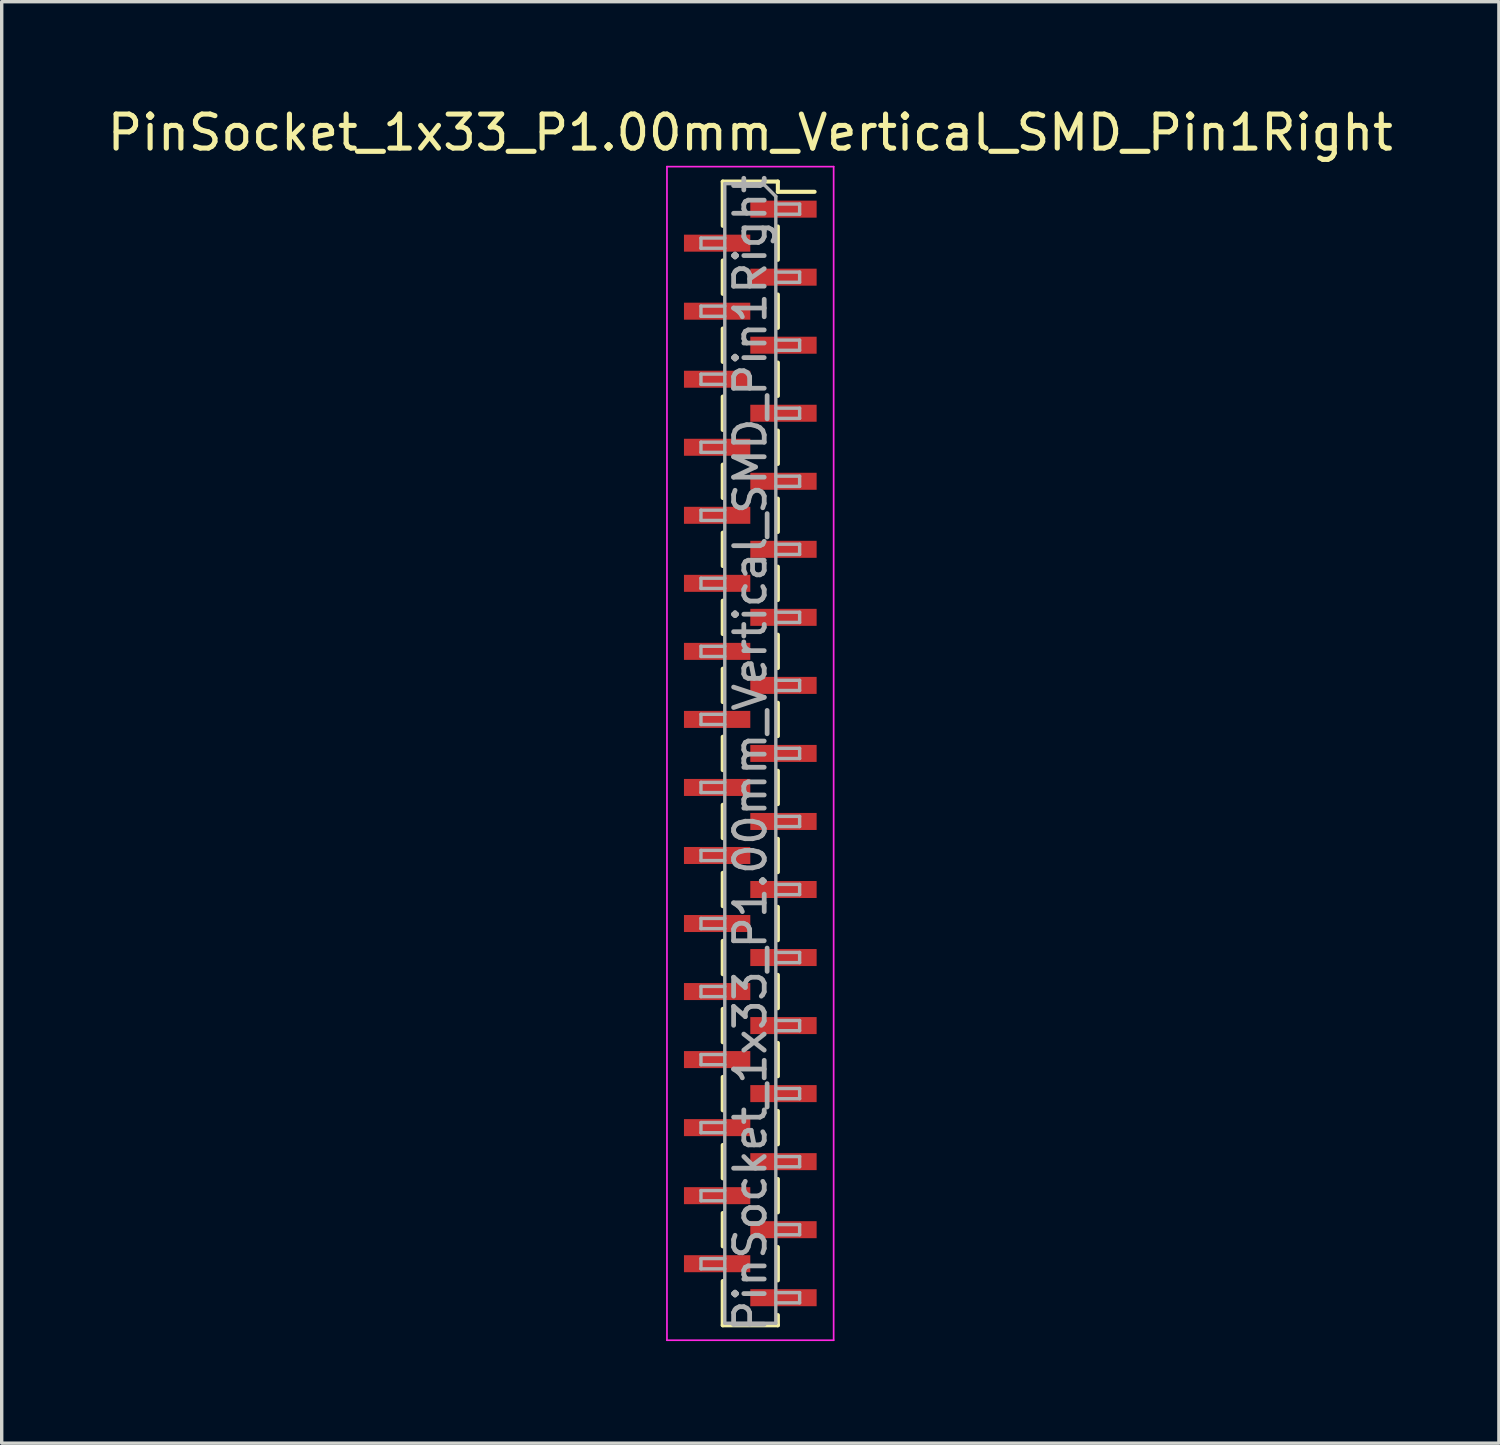
<source format=kicad_pcb>
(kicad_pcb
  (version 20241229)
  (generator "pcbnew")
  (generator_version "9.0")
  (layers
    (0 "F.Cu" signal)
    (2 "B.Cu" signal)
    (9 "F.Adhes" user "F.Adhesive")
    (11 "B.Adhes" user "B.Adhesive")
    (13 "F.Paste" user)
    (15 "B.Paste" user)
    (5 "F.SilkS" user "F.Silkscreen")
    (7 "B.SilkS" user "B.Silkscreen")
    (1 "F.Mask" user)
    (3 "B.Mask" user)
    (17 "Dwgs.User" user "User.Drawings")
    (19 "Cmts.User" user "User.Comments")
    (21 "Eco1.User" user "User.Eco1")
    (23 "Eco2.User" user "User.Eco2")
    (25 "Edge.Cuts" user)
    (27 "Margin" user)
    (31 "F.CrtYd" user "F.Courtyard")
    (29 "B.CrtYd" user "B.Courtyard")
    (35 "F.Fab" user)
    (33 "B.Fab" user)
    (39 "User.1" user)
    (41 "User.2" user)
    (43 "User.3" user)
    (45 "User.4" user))
  (footprint "PinSocket_1x33_P1.00mm_Vertical_SMD_Pin1Right"
    (layer "F.Cu")
    (at 19.006 19.098)
    (property "Reference" "PinSocket_1x33_P1.00mm_Vertical_SMD_Pin1Right" (at 0 -18.25 0) (layer "F.SilkS") (effects (font (size 1 1) (thickness 0.15))))
    (attr smd)
    (fp_line (start -0.81 -16.81) (end -0.81 -15.51) (stroke (width 0.12) (type solid)) (layer "F.SilkS"))
    (fp_line (start -0.81 -16.81) (end 0.81 -16.81) (stroke (width 0.12) (type solid)) (layer "F.SilkS"))
    (fp_line (start -0.81 -14.49) (end -0.81 -13.51) (stroke (width 0.12) (type solid)) (layer "F.SilkS"))
    (fp_line (start -0.81 -12.49) (end -0.81 -11.51) (stroke (width 0.12) (type solid)) (layer "F.SilkS"))
    (fp_line (start -0.81 -10.49) (end -0.81 -9.51) (stroke (width 0.12) (type solid)) (layer "F.SilkS"))
    (fp_line (start -0.81 -8.49) (end -0.81 -7.51) (stroke (width 0.12) (type solid)) (layer "F.SilkS"))
    (fp_line (start -0.81 -6.49) (end -0.81 -5.51) (stroke (width 0.12) (type solid)) (layer "F.SilkS"))
    (fp_line (start -0.81 -4.49) (end -0.81 -3.51) (stroke (width 0.12) (type solid)) (layer "F.SilkS"))
    (fp_line (start -0.81 -2.49) (end -0.81 -1.51) (stroke (width 0.12) (type solid)) (layer "F.SilkS"))
    (fp_line (start -0.81 -0.49) (end -0.81 0.49) (stroke (width 0.12) (type solid)) (layer "F.SilkS"))
    (fp_line (start -0.81 1.51) (end -0.81 2.49) (stroke (width 0.12) (type solid)) (layer "F.SilkS"))
    (fp_line (start -0.81 3.51) (end -0.81 4.49) (stroke (width 0.12) (type solid)) (layer "F.SilkS"))
    (fp_line (start -0.81 5.51) (end -0.81 6.49) (stroke (width 0.12) (type solid)) (layer "F.SilkS"))
    (fp_line (start -0.81 7.51) (end -0.81 8.49) (stroke (width 0.12) (type solid)) (layer "F.SilkS"))
    (fp_line (start -0.81 9.51) (end -0.81 10.49) (stroke (width 0.12) (type solid)) (layer "F.SilkS"))
    (fp_line (start -0.81 11.51) (end -0.81 12.49) (stroke (width 0.12) (type solid)) (layer "F.SilkS"))
    (fp_line (start -0.81 13.51) (end -0.81 14.49) (stroke (width 0.12) (type solid)) (layer "F.SilkS"))
    (fp_line (start -0.81 15.51) (end -0.81 16.81) (stroke (width 0.12) (type solid)) (layer "F.SilkS"))
    (fp_line (start -0.81 16.81) (end 0.81 16.81) (stroke (width 0.12) (type solid)) (layer "F.SilkS"))
    (fp_line (start 0.81 -16.81) (end 0.81 -16.51) (stroke (width 0.12) (type solid)) (layer "F.SilkS"))
    (fp_line (start 0.81 -16.51) (end 1.89 -16.51) (stroke (width 0.12) (type solid)) (layer "F.SilkS"))
    (fp_line (start 0.81 -15.49) (end 0.81 -14.51) (stroke (width 0.12) (type solid)) (layer "F.SilkS"))
    (fp_line (start 0.81 -13.49) (end 0.81 -12.51) (stroke (width 0.12) (type solid)) (layer "F.SilkS"))
    (fp_line (start 0.81 -11.49) (end 0.81 -10.51) (stroke (width 0.12) (type solid)) (layer "F.SilkS"))
    (fp_line (start 0.81 -9.49) (end 0.81 -8.51) (stroke (width 0.12) (type solid)) (layer "F.SilkS"))
    (fp_line (start 0.81 -7.49) (end 0.81 -6.51) (stroke (width 0.12) (type solid)) (layer "F.SilkS"))
    (fp_line (start 0.81 -5.49) (end 0.81 -4.51) (stroke (width 0.12) (type solid)) (layer "F.SilkS"))
    (fp_line (start 0.81 -3.49) (end 0.81 -2.51) (stroke (width 0.12) (type solid)) (layer "F.SilkS"))
    (fp_line (start 0.81 -1.49) (end 0.81 -0.51) (stroke (width 0.12) (type solid)) (layer "F.SilkS"))
    (fp_line (start 0.81 0.51) (end 0.81 1.49) (stroke (width 0.12) (type solid)) (layer "F.SilkS"))
    (fp_line (start 0.81 2.51) (end 0.81 3.49) (stroke (width 0.12) (type solid)) (layer "F.SilkS"))
    (fp_line (start 0.81 4.51) (end 0.81 5.49) (stroke (width 0.12) (type solid)) (layer "F.SilkS"))
    (fp_line (start 0.81 6.51) (end 0.81 7.49) (stroke (width 0.12) (type solid)) (layer "F.SilkS"))
    (fp_line (start 0.81 8.51) (end 0.81 9.49) (stroke (width 0.12) (type solid)) (layer "F.SilkS"))
    (fp_line (start 0.81 10.51) (end 0.81 11.49) (stroke (width 0.12) (type solid)) (layer "F.SilkS"))
    (fp_line (start 0.81 12.51) (end 0.81 13.49) (stroke (width 0.12) (type solid)) (layer "F.SilkS"))
    (fp_line (start 0.81 14.51) (end 0.81 15.49) (stroke (width 0.12) (type solid)) (layer "F.SilkS"))
    (fp_line (start 0.81 16.51) (end 0.81 16.81) (stroke (width 0.12) (type solid)) (layer "F.SilkS"))
    (fp_line (start -2.45 -17.25) (end 2.45 -17.25) (stroke (width 0.05) (type solid)) (layer "F.CrtYd"))
    (fp_line (start -2.45 17.25) (end -2.45 -17.25) (stroke (width 0.05) (type solid)) (layer "F.CrtYd"))
    (fp_line (start 2.45 -17.25) (end 2.45 17.25) (stroke (width 0.05) (type solid)) (layer "F.CrtYd"))
    (fp_line (start 2.45 17.25) (end -2.45 17.25) (stroke (width 0.05) (type solid)) (layer "F.CrtYd"))
    (fp_line (start -1.45 -15.15) (end -0.75 -15.15) (stroke (width 0.1) (type solid)) (layer "F.Fab"))
    (fp_line (start -1.45 -14.85) (end -1.45 -15.15) (stroke (width 0.1) (type solid)) (layer "F.Fab"))
    (fp_line (start -1.45 -13.15) (end -0.75 -13.15) (stroke (width 0.1) (type solid)) (layer "F.Fab"))
    (fp_line (start -1.45 -12.85) (end -1.45 -13.15) (stroke (width 0.1) (type solid)) (layer "F.Fab"))
    (fp_line (start -1.45 -11.15) (end -0.75 -11.15) (stroke (width 0.1) (type solid)) (layer "F.Fab"))
    (fp_line (start -1.45 -10.85) (end -1.45 -11.15) (stroke (width 0.1) (type solid)) (layer "F.Fab"))
    (fp_line (start -1.45 -9.15) (end -0.75 -9.15) (stroke (width 0.1) (type solid)) (layer "F.Fab"))
    (fp_line (start -1.45 -8.85) (end -1.45 -9.15) (stroke (width 0.1) (type solid)) (layer "F.Fab"))
    (fp_line (start -1.45 -7.15) (end -0.75 -7.15) (stroke (width 0.1) (type solid)) (layer "F.Fab"))
    (fp_line (start -1.45 -6.85) (end -1.45 -7.15) (stroke (width 0.1) (type solid)) (layer "F.Fab"))
    (fp_line (start -1.45 -5.15) (end -0.75 -5.15) (stroke (width 0.1) (type solid)) (layer "F.Fab"))
    (fp_line (start -1.45 -4.85) (end -1.45 -5.15) (stroke (width 0.1) (type solid)) (layer "F.Fab"))
    (fp_line (start -1.45 -3.15) (end -0.75 -3.15) (stroke (width 0.1) (type solid)) (layer "F.Fab"))
    (fp_line (start -1.45 -2.85) (end -1.45 -3.15) (stroke (width 0.1) (type solid)) (layer "F.Fab"))
    (fp_line (start -1.45 -1.15) (end -0.75 -1.15) (stroke (width 0.1) (type solid)) (layer "F.Fab"))
    (fp_line (start -1.45 -0.85) (end -1.45 -1.15) (stroke (width 0.1) (type solid)) (layer "F.Fab"))
    (fp_line (start -1.45 0.85) (end -0.75 0.85) (stroke (width 0.1) (type solid)) (layer "F.Fab"))
    (fp_line (start -1.45 1.15) (end -1.45 0.85) (stroke (width 0.1) (type solid)) (layer "F.Fab"))
    (fp_line (start -1.45 2.85) (end -0.75 2.85) (stroke (width 0.1) (type solid)) (layer "F.Fab"))
    (fp_line (start -1.45 3.15) (end -1.45 2.85) (stroke (width 0.1) (type solid)) (layer "F.Fab"))
    (fp_line (start -1.45 4.85) (end -0.75 4.85) (stroke (width 0.1) (type solid)) (layer "F.Fab"))
    (fp_line (start -1.45 5.15) (end -1.45 4.85) (stroke (width 0.1) (type solid)) (layer "F.Fab"))
    (fp_line (start -1.45 6.85) (end -0.75 6.85) (stroke (width 0.1) (type solid)) (layer "F.Fab"))
    (fp_line (start -1.45 7.15) (end -1.45 6.85) (stroke (width 0.1) (type solid)) (layer "F.Fab"))
    (fp_line (start -1.45 8.85) (end -0.75 8.85) (stroke (width 0.1) (type solid)) (layer "F.Fab"))
    (fp_line (start -1.45 9.15) (end -1.45 8.85) (stroke (width 0.1) (type solid)) (layer "F.Fab"))
    (fp_line (start -1.45 10.85) (end -0.75 10.85) (stroke (width 0.1) (type solid)) (layer "F.Fab"))
    (fp_line (start -1.45 11.15) (end -1.45 10.85) (stroke (width 0.1) (type solid)) (layer "F.Fab"))
    (fp_line (start -1.45 12.85) (end -0.75 12.85) (stroke (width 0.1) (type solid)) (layer "F.Fab"))
    (fp_line (start -1.45 13.15) (end -1.45 12.85) (stroke (width 0.1) (type solid)) (layer "F.Fab"))
    (fp_line (start -1.45 14.85) (end -0.75 14.85) (stroke (width 0.1) (type solid)) (layer "F.Fab"))
    (fp_line (start -1.45 15.15) (end -1.45 14.85) (stroke (width 0.1) (type solid)) (layer "F.Fab"))
    (fp_line (start -0.75 -16.75) (end 0.375 -16.75) (stroke (width 0.1) (type solid)) (layer "F.Fab"))
    (fp_line (start -0.75 -14.85) (end -1.45 -14.85) (stroke (width 0.1) (type solid)) (layer "F.Fab"))
    (fp_line (start -0.75 -12.85) (end -1.45 -12.85) (stroke (width 0.1) (type solid)) (layer "F.Fab"))
    (fp_line (start -0.75 -10.85) (end -1.45 -10.85) (stroke (width 0.1) (type solid)) (layer "F.Fab"))
    (fp_line (start -0.75 -8.85) (end -1.45 -8.85) (stroke (width 0.1) (type solid)) (layer "F.Fab"))
    (fp_line (start -0.75 -6.85) (end -1.45 -6.85) (stroke (width 0.1) (type solid)) (layer "F.Fab"))
    (fp_line (start -0.75 -4.85) (end -1.45 -4.85) (stroke (width 0.1) (type solid)) (layer "F.Fab"))
    (fp_line (start -0.75 -2.85) (end -1.45 -2.85) (stroke (width 0.1) (type solid)) (layer "F.Fab"))
    (fp_line (start -0.75 -0.85) (end -1.45 -0.85) (stroke (width 0.1) (type solid)) (layer "F.Fab"))
    (fp_line (start -0.75 1.15) (end -1.45 1.15) (stroke (width 0.1) (type solid)) (layer "F.Fab"))
    (fp_line (start -0.75 3.15) (end -1.45 3.15) (stroke (width 0.1) (type solid)) (layer "F.Fab"))
    (fp_line (start -0.75 5.15) (end -1.45 5.15) (stroke (width 0.1) (type solid)) (layer "F.Fab"))
    (fp_line (start -0.75 7.15) (end -1.45 7.15) (stroke (width 0.1) (type solid)) (layer "F.Fab"))
    (fp_line (start -0.75 9.15) (end -1.45 9.15) (stroke (width 0.1) (type solid)) (layer "F.Fab"))
    (fp_line (start -0.75 11.15) (end -1.45 11.15) (stroke (width 0.1) (type solid)) (layer "F.Fab"))
    (fp_line (start -0.75 13.15) (end -1.45 13.15) (stroke (width 0.1) (type solid)) (layer "F.Fab"))
    (fp_line (start -0.75 15.15) (end -1.45 15.15) (stroke (width 0.1) (type solid)) (layer "F.Fab"))
    (fp_line (start -0.75 16.75) (end -0.75 -16.75) (stroke (width 0.1) (type solid)) (layer "F.Fab"))
    (fp_line (start 0.375 -16.75) (end 0.75 -16.375) (stroke (width 0.1) (type solid)) (layer "F.Fab"))
    (fp_line (start 0.75 -16.375) (end 0.75 16.75) (stroke (width 0.1) (type solid)) (layer "F.Fab"))
    (fp_line (start 0.75 -16.15) (end 1.45 -16.15) (stroke (width 0.1) (type solid)) (layer "F.Fab"))
    (fp_line (start 0.75 -14.15) (end 1.45 -14.15) (stroke (width 0.1) (type solid)) (layer "F.Fab"))
    (fp_line (start 0.75 -12.15) (end 1.45 -12.15) (stroke (width 0.1) (type solid)) (layer "F.Fab"))
    (fp_line (start 0.75 -10.15) (end 1.45 -10.15) (stroke (width 0.1) (type solid)) (layer "F.Fab"))
    (fp_line (start 0.75 -8.15) (end 1.45 -8.15) (stroke (width 0.1) (type solid)) (layer "F.Fab"))
    (fp_line (start 0.75 -6.15) (end 1.45 -6.15) (stroke (width 0.1) (type solid)) (layer "F.Fab"))
    (fp_line (start 0.75 -4.15) (end 1.45 -4.15) (stroke (width 0.1) (type solid)) (layer "F.Fab"))
    (fp_line (start 0.75 -2.15) (end 1.45 -2.15) (stroke (width 0.1) (type solid)) (layer "F.Fab"))
    (fp_line (start 0.75 -0.15) (end 1.45 -0.15) (stroke (width 0.1) (type solid)) (layer "F.Fab"))
    (fp_line (start 0.75 1.85) (end 1.45 1.85) (stroke (width 0.1) (type solid)) (layer "F.Fab"))
    (fp_line (start 0.75 3.85) (end 1.45 3.85) (stroke (width 0.1) (type solid)) (layer "F.Fab"))
    (fp_line (start 0.75 5.85) (end 1.45 5.85) (stroke (width 0.1) (type solid)) (layer "F.Fab"))
    (fp_line (start 0.75 7.85) (end 1.45 7.85) (stroke (width 0.1) (type solid)) (layer "F.Fab"))
    (fp_line (start 0.75 9.85) (end 1.45 9.85) (stroke (width 0.1) (type solid)) (layer "F.Fab"))
    (fp_line (start 0.75 11.85) (end 1.45 11.85) (stroke (width 0.1) (type solid)) (layer "F.Fab"))
    (fp_line (start 0.75 13.85) (end 1.45 13.85) (stroke (width 0.1) (type solid)) (layer "F.Fab"))
    (fp_line (start 0.75 15.85) (end 1.45 15.85) (stroke (width 0.1) (type solid)) (layer "F.Fab"))
    (fp_line (start 0.75 16.75) (end -0.75 16.75) (stroke (width 0.1) (type solid)) (layer "F.Fab"))
    (fp_line (start 1.45 -16.15) (end 1.45 -15.85) (stroke (width 0.1) (type solid)) (layer "F.Fab"))
    (fp_line (start 1.45 -15.85) (end 0.75 -15.85) (stroke (width 0.1) (type solid)) (layer "F.Fab"))
    (fp_line (start 1.45 -14.15) (end 1.45 -13.85) (stroke (width 0.1) (type solid)) (layer "F.Fab"))
    (fp_line (start 1.45 -13.85) (end 0.75 -13.85) (stroke (width 0.1) (type solid)) (layer "F.Fab"))
    (fp_line (start 1.45 -12.15) (end 1.45 -11.85) (stroke (width 0.1) (type solid)) (layer "F.Fab"))
    (fp_line (start 1.45 -11.85) (end 0.75 -11.85) (stroke (width 0.1) (type solid)) (layer "F.Fab"))
    (fp_line (start 1.45 -10.15) (end 1.45 -9.85) (stroke (width 0.1) (type solid)) (layer "F.Fab"))
    (fp_line (start 1.45 -9.85) (end 0.75 -9.85) (stroke (width 0.1) (type solid)) (layer "F.Fab"))
    (fp_line (start 1.45 -8.15) (end 1.45 -7.85) (stroke (width 0.1) (type solid)) (layer "F.Fab"))
    (fp_line (start 1.45 -7.85) (end 0.75 -7.85) (stroke (width 0.1) (type solid)) (layer "F.Fab"))
    (fp_line (start 1.45 -6.15) (end 1.45 -5.85) (stroke (width 0.1) (type solid)) (layer "F.Fab"))
    (fp_line (start 1.45 -5.85) (end 0.75 -5.85) (stroke (width 0.1) (type solid)) (layer "F.Fab"))
    (fp_line (start 1.45 -4.15) (end 1.45 -3.85) (stroke (width 0.1) (type solid)) (layer "F.Fab"))
    (fp_line (start 1.45 -3.85) (end 0.75 -3.85) (stroke (width 0.1) (type solid)) (layer "F.Fab"))
    (fp_line (start 1.45 -2.15) (end 1.45 -1.85) (stroke (width 0.1) (type solid)) (layer "F.Fab"))
    (fp_line (start 1.45 -1.85) (end 0.75 -1.85) (stroke (width 0.1) (type solid)) (layer "F.Fab"))
    (fp_line (start 1.45 -0.15) (end 1.45 0.15) (stroke (width 0.1) (type solid)) (layer "F.Fab"))
    (fp_line (start 1.45 0.15) (end 0.75 0.15) (stroke (width 0.1) (type solid)) (layer "F.Fab"))
    (fp_line (start 1.45 1.85) (end 1.45 2.15) (stroke (width 0.1) (type solid)) (layer "F.Fab"))
    (fp_line (start 1.45 2.15) (end 0.75 2.15) (stroke (width 0.1) (type solid)) (layer "F.Fab"))
    (fp_line (start 1.45 3.85) (end 1.45 4.15) (stroke (width 0.1) (type solid)) (layer "F.Fab"))
    (fp_line (start 1.45 4.15) (end 0.75 4.15) (stroke (width 0.1) (type solid)) (layer "F.Fab"))
    (fp_line (start 1.45 5.85) (end 1.45 6.15) (stroke (width 0.1) (type solid)) (layer "F.Fab"))
    (fp_line (start 1.45 6.15) (end 0.75 6.15) (stroke (width 0.1) (type solid)) (layer "F.Fab"))
    (fp_line (start 1.45 7.85) (end 1.45 8.15) (stroke (width 0.1) (type solid)) (layer "F.Fab"))
    (fp_line (start 1.45 8.15) (end 0.75 8.15) (stroke (width 0.1) (type solid)) (layer "F.Fab"))
    (fp_line (start 1.45 9.85) (end 1.45 10.15) (stroke (width 0.1) (type solid)) (layer "F.Fab"))
    (fp_line (start 1.45 10.15) (end 0.75 10.15) (stroke (width 0.1) (type solid)) (layer "F.Fab"))
    (fp_line (start 1.45 11.85) (end 1.45 12.15) (stroke (width 0.1) (type solid)) (layer "F.Fab"))
    (fp_line (start 1.45 12.15) (end 0.75 12.15) (stroke (width 0.1) (type solid)) (layer "F.Fab"))
    (fp_line (start 1.45 13.85) (end 1.45 14.15) (stroke (width 0.1) (type solid)) (layer "F.Fab"))
    (fp_line (start 1.45 14.15) (end 0.75 14.15) (stroke (width 0.1) (type solid)) (layer "F.Fab"))
    (fp_line (start 1.45 15.85) (end 1.45 16.15) (stroke (width 0.1) (type solid)) (layer "F.Fab"))
    (fp_line (start 1.45 16.15) (end 0.75 16.15) (stroke (width 0.1) (type solid)) (layer "F.Fab"))
    (fp_text user "${REFERENCE}" (at 0 0 90) (layer "F.Fab") (effects (font (size 0.9 0.9) (thickness 0.14))))
    (pad "1" smd rect (at 0.975 -16) (size 1.95 0.5) (layers "F.Cu" "F.Mask" "F.Paste"))
    (pad "2" smd rect (at -0.975 -15) (size 1.95 0.5) (layers "F.Cu" "F.Mask" "F.Paste"))
    (pad "3" smd rect (at 0.975 -14) (size 1.95 0.5) (layers "F.Cu" "F.Mask" "F.Paste"))
    (pad "4" smd rect (at -0.975 -13) (size 1.95 0.5) (layers "F.Cu" "F.Mask" "F.Paste"))
    (pad "5" smd rect (at 0.975 -12) (size 1.95 0.5) (layers "F.Cu" "F.Mask" "F.Paste"))
    (pad "6" smd rect (at -0.975 -11) (size 1.95 0.5) (layers "F.Cu" "F.Mask" "F.Paste"))
    (pad "7" smd rect (at 0.975 -10) (size 1.95 0.5) (layers "F.Cu" "F.Mask" "F.Paste"))
    (pad "8" smd rect (at -0.975 -9) (size 1.95 0.5) (layers "F.Cu" "F.Mask" "F.Paste"))
    (pad "9" smd rect (at 0.975 -8) (size 1.95 0.5) (layers "F.Cu" "F.Mask" "F.Paste"))
    (pad "10" smd rect (at -0.975 -7) (size 1.95 0.5) (layers "F.Cu" "F.Mask" "F.Paste"))
    (pad "11" smd rect (at 0.975 -6) (size 1.95 0.5) (layers "F.Cu" "F.Mask" "F.Paste"))
    (pad "12" smd rect (at -0.975 -5) (size 1.95 0.5) (layers "F.Cu" "F.Mask" "F.Paste"))
    (pad "13" smd rect (at 0.975 -4) (size 1.95 0.5) (layers "F.Cu" "F.Mask" "F.Paste"))
    (pad "14" smd rect (at -0.975 -3) (size 1.95 0.5) (layers "F.Cu" "F.Mask" "F.Paste"))
    (pad "15" smd rect (at 0.975 -2) (size 1.95 0.5) (layers "F.Cu" "F.Mask" "F.Paste"))
    (pad "16" smd rect (at -0.975 -1) (size 1.95 0.5) (layers "F.Cu" "F.Mask" "F.Paste"))
    (pad "17" smd rect (at 0.975 0) (size 1.95 0.5) (layers "F.Cu" "F.Mask" "F.Paste"))
    (pad "18" smd rect (at -0.975 1) (size 1.95 0.5) (layers "F.Cu" "F.Mask" "F.Paste"))
    (pad "19" smd rect (at 0.975 2) (size 1.95 0.5) (layers "F.Cu" "F.Mask" "F.Paste"))
    (pad "20" smd rect (at -0.975 3) (size 1.95 0.5) (layers "F.Cu" "F.Mask" "F.Paste"))
    (pad "21" smd rect (at 0.975 4) (size 1.95 0.5) (layers "F.Cu" "F.Mask" "F.Paste"))
    (pad "22" smd rect (at -0.975 5) (size 1.95 0.5) (layers "F.Cu" "F.Mask" "F.Paste"))
    (pad "23" smd rect (at 0.975 6) (size 1.95 0.5) (layers "F.Cu" "F.Mask" "F.Paste"))
    (pad "24" smd rect (at -0.975 7) (size 1.95 0.5) (layers "F.Cu" "F.Mask" "F.Paste"))
    (pad "25" smd rect (at 0.975 8) (size 1.95 0.5) (layers "F.Cu" "F.Mask" "F.Paste"))
    (pad "26" smd rect (at -0.975 9) (size 1.95 0.5) (layers "F.Cu" "F.Mask" "F.Paste"))
    (pad "27" smd rect (at 0.975 10) (size 1.95 0.5) (layers "F.Cu" "F.Mask" "F.Paste"))
    (pad "28" smd rect (at -0.975 11) (size 1.95 0.5) (layers "F.Cu" "F.Mask" "F.Paste"))
    (pad "29" smd rect (at 0.975 12) (size 1.95 0.5) (layers "F.Cu" "F.Mask" "F.Paste"))
    (pad "30" smd rect (at -0.975 13) (size 1.95 0.5) (layers "F.Cu" "F.Mask" "F.Paste"))
    (pad "31" smd rect (at 0.975 14) (size 1.95 0.5) (layers "F.Cu" "F.Mask" "F.Paste"))
    (pad "32" smd rect (at -0.975 15) (size 1.95 0.5) (layers "F.Cu" "F.Mask" "F.Paste"))
    (pad "33" smd rect (at 0.975 16) (size 1.95 0.5) (layers "F.Cu" "F.Mask" "F.Paste")))
  (gr_rect
    (start -3 -3)
    (end 41.012 39.373)
    (stroke (width 0.1) (type default))
    (fill no)
    (layer "Edge.Cuts")))
</source>
